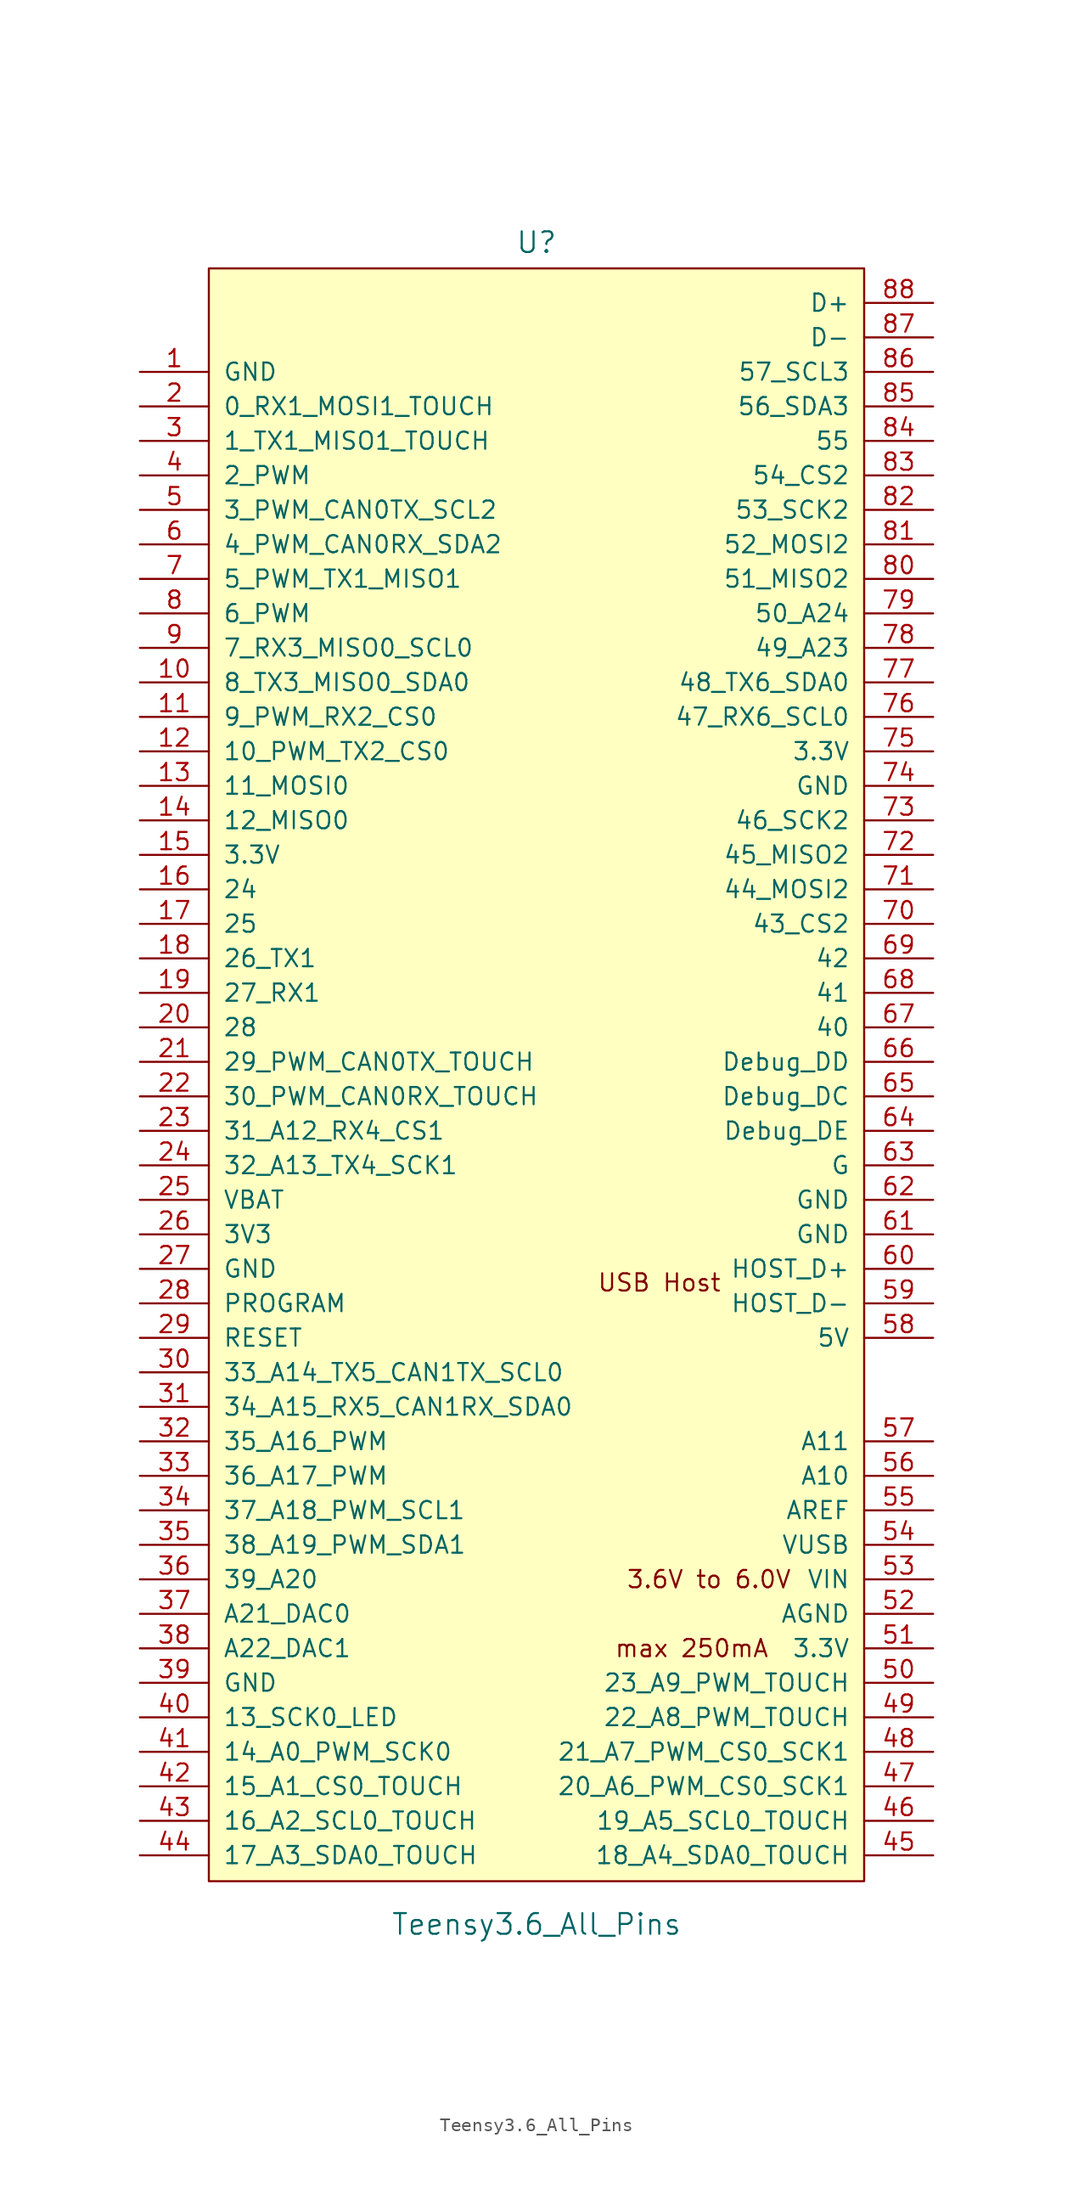
<source format=kicad_sym>
(kicad_symbol_lib
  (version 20220914)
  (generator kicad_symbol_editor)
  (symbol "Teensy3.6_All_Pins"
    (pin_names
      (offset 1.016))
    (property "Reference" "U"
      (at 0 64.135 0)
      (effects (font (size 1.524 1.524))))
    (property "Value" "Teensy3.6_All_Pins"
      (at 0 -59.69 0)
      (effects (font (size 1.524 1.524))))
    (property "Footprint" ""
      (at 0 1.27 0)
      (effects (font (size 1.524 1.524))))
    (property "Datasheet" ""
      (at 0 1.27 0)
      (effects (font (size 1.524 1.524))))
    (symbol "Teensy3.6_All_Pins_0_0"
      (text "3.6V to 6.0V" (at 12.7 -34.29 0) (effects (font (size 1.27 1.27))))
      (text "max 250mA" (at 11.43 -39.37 0) (effects (font (size 1.27 1.27)))))
    (symbol "Teensy3.6_All_Pins_1_0"
      (rectangle (start -24.13 62.23) (end 24.13 -56.515) (stroke (width 0) (type solid)) (fill (type background)))
      (text "USB Host" (at 9.042 -12.446 0) (effects (font (size 1.27 1.27)))))
    (symbol "Teensy3.6_All_Pins_1_1"
      (pin power_in line (at -29.21 54.61 0) (length 5.08) (name "GND" (effects (font (size 1.27 1.27)))) (number "1" (effects (font (size 1.27 1.27)))))
      (pin bidirectional line (at -29.21 31.75 0) (length 5.08) (name "8_TX3_MISO0_SDA0" (effects (font (size 1.27 1.27)))) (number "10" (effects (font (size 1.27 1.27)))))
      (pin bidirectional line (at -29.21 29.21 0) (length 5.08) (name "9_PWM_RX2_CS0" (effects (font (size 1.27 1.27)))) (number "11" (effects (font (size 1.27 1.27)))))
      (pin bidirectional line (at -29.21 26.67 0) (length 5.08) (name "10_PWM_TX2_CS0" (effects (font (size 1.27 1.27)))) (number "12" (effects (font (size 1.27 1.27)))))
      (pin bidirectional line (at -29.21 24.13 0) (length 5.08) (name "11_MOSI0" (effects (font (size 1.27 1.27)))) (number "13" (effects (font (size 1.27 1.27)))))
      (pin bidirectional line (at -29.21 21.59 0) (length 5.08) (name "12_MISO0" (effects (font (size 1.27 1.27)))) (number "14" (effects (font (size 1.27 1.27)))))
      (pin power_in line (at -29.21 19.05 0) (length 5.08) (name "3.3V" (effects (font (size 1.27 1.27)))) (number "15" (effects (font (size 1.27 1.27)))))
      (pin bidirectional line (at -29.21 16.51 0) (length 5.08) (name "24" (effects (font (size 1.27 1.27)))) (number "16" (effects (font (size 1.27 1.27)))))
      (pin bidirectional line (at -29.21 13.97 0) (length 5.08) (name "25" (effects (font (size 1.27 1.27)))) (number "17" (effects (font (size 1.27 1.27)))))
      (pin bidirectional line (at -29.21 11.43 0) (length 5.08) (name "26_TX1" (effects (font (size 1.27 1.27)))) (number "18" (effects (font (size 1.27 1.27)))))
      (pin bidirectional line (at -29.21 8.89 0) (length 5.08) (name "27_RX1" (effects (font (size 1.27 1.27)))) (number "19" (effects (font (size 1.27 1.27)))))
      (pin bidirectional line (at -29.21 52.07 0) (length 5.08) (name "0_RX1_MOSI1_TOUCH" (effects (font (size 1.27 1.27)))) (number "2" (effects (font (size 1.27 1.27)))))
      (pin bidirectional line (at -29.21 6.35 0) (length 5.08) (name "28" (effects (font (size 1.27 1.27)))) (number "20" (effects (font (size 1.27 1.27)))))
      (pin bidirectional line (at -29.21 3.81 0) (length 5.08) (name "29_PWM_CAN0TX_TOUCH" (effects (font (size 1.27 1.27)))) (number "21" (effects (font (size 1.27 1.27)))))
      (pin bidirectional line (at -29.21 1.27 0) (length 5.08) (name "30_PWM_CAN0RX_TOUCH" (effects (font (size 1.27 1.27)))) (number "22" (effects (font (size 1.27 1.27)))))
      (pin bidirectional line (at -29.21 -1.27 0) (length 5.08) (name "31_A12_RX4_CS1" (effects (font (size 1.27 1.27)))) (number "23" (effects (font (size 1.27 1.27)))))
      (pin bidirectional line (at -29.21 -3.81 0) (length 5.08) (name "32_A13_TX4_SCK1" (effects (font (size 1.27 1.27)))) (number "24" (effects (font (size 1.27 1.27)))))
      (pin power_in line (at -29.21 -6.35 0) (length 5.08) (name "VBAT" (effects (font (size 1.27 1.27)))) (number "25" (effects (font (size 1.27 1.27)))))
      (pin power_in line (at -29.21 -8.89 0) (length 5.08) (name "3V3" (effects (font (size 1.27 1.27)))) (number "26" (effects (font (size 1.27 1.27)))))
      (pin power_in line (at -29.21 -11.43 0) (length 5.08) (name "GND" (effects (font (size 1.27 1.27)))) (number "27" (effects (font (size 1.27 1.27)))))
      (pin input line (at -29.21 -13.97 0) (length 5.08) (name "PROGRAM" (effects (font (size 1.27 1.27)))) (number "28" (effects (font (size 1.27 1.27)))))
      (pin input line (at -29.21 -16.51 0) (length 5.08) (name "RESET" (effects (font (size 1.27 1.27)))) (number "29" (effects (font (size 1.27 1.27)))))
      (pin bidirectional line (at -29.21 49.53 0) (length 5.08) (name "1_TX1_MISO1_TOUCH" (effects (font (size 1.27 1.27)))) (number "3" (effects (font (size 1.27 1.27)))))
      (pin bidirectional line (at -29.21 -19.05 0) (length 5.08) (name "33_A14_TX5_CAN1TX_SCL0" (effects (font (size 1.27 1.27)))) (number "30" (effects (font (size 1.27 1.27)))))
      (pin bidirectional line (at -29.21 -21.59 0) (length 5.08) (name "34_A15_RX5_CAN1RX_SDA0" (effects (font (size 1.27 1.27)))) (number "31" (effects (font (size 1.27 1.27)))))
      (pin bidirectional line (at -29.21 -24.13 0) (length 5.08) (name "35_A16_PWM" (effects (font (size 1.27 1.27)))) (number "32" (effects (font (size 1.27 1.27)))))
      (pin bidirectional line (at -29.21 -26.67 0) (length 5.08) (name "36_A17_PWM" (effects (font (size 1.27 1.27)))) (number "33" (effects (font (size 1.27 1.27)))))
      (pin bidirectional line (at -29.21 -29.21 0) (length 5.08) (name "37_A18_PWM_SCL1" (effects (font (size 1.27 1.27)))) (number "34" (effects (font (size 1.27 1.27)))))
      (pin bidirectional line (at -29.21 -31.75 0) (length 5.08) (name "38_A19_PWM_SDA1" (effects (font (size 1.27 1.27)))) (number "35" (effects (font (size 1.27 1.27)))))
      (pin bidirectional line (at -29.21 -34.29 0) (length 5.08) (name "39_A20" (effects (font (size 1.27 1.27)))) (number "36" (effects (font (size 1.27 1.27)))))
      (pin bidirectional line (at -29.21 -36.83 0) (length 5.08) (name "A21_DAC0" (effects (font (size 1.27 1.27)))) (number "37" (effects (font (size 1.27 1.27)))))
      (pin bidirectional line (at -29.21 -39.37 0) (length 5.08) (name "A22_DAC1" (effects (font (size 1.27 1.27)))) (number "38" (effects (font (size 1.27 1.27)))))
      (pin power_in line (at -29.21 -41.91 0) (length 5.08) (name "GND" (effects (font (size 1.27 1.27)))) (number "39" (effects (font (size 1.27 1.27)))))
      (pin bidirectional line (at -29.21 46.99 0) (length 5.08) (name "2_PWM" (effects (font (size 1.27 1.27)))) (number "4" (effects (font (size 1.27 1.27)))))
      (pin bidirectional line (at -29.21 -44.45 0) (length 5.08) (name "13_SCK0_LED" (effects (font (size 1.27 1.27)))) (number "40" (effects (font (size 1.27 1.27)))))
      (pin bidirectional line (at -29.21 -46.99 0) (length 5.08) (name "14_A0_PWM_SCK0" (effects (font (size 1.27 1.27)))) (number "41" (effects (font (size 1.27 1.27)))))
      (pin bidirectional line (at -29.21 -49.53 0) (length 5.08) (name "15_A1_CS0_TOUCH" (effects (font (size 1.27 1.27)))) (number "42" (effects (font (size 1.27 1.27)))))
      (pin bidirectional line (at -29.21 -52.07 0) (length 5.08) (name "16_A2_SCL0_TOUCH" (effects (font (size 1.27 1.27)))) (number "43" (effects (font (size 1.27 1.27)))))
      (pin bidirectional line (at -29.21 -54.61 0) (length 5.08) (name "17_A3_SDA0_TOUCH" (effects (font (size 1.27 1.27)))) (number "44" (effects (font (size 1.27 1.27)))))
      (pin bidirectional line (at 29.21 -54.61 180) (length 5.08) (name "18_A4_SDA0_TOUCH" (effects (font (size 1.27 1.27)))) (number "45" (effects (font (size 1.27 1.27)))))
      (pin bidirectional line (at 29.21 -52.07 180) (length 5.08) (name "19_A5_SCL0_TOUCH" (effects (font (size 1.27 1.27)))) (number "46" (effects (font (size 1.27 1.27)))))
      (pin bidirectional line (at 29.21 -49.53 180) (length 5.08) (name "20_A6_PWM_CS0_SCK1" (effects (font (size 1.27 1.27)))) (number "47" (effects (font (size 1.27 1.27)))))
      (pin bidirectional line (at 29.21 -46.99 180) (length 5.08) (name "21_A7_PWM_CS0_SCK1" (effects (font (size 1.27 1.27)))) (number "48" (effects (font (size 1.27 1.27)))))
      (pin bidirectional line (at 29.21 -44.45 180) (length 5.08) (name "22_A8_PWM_TOUCH" (effects (font (size 1.27 1.27)))) (number "49" (effects (font (size 1.27 1.27)))))
      (pin bidirectional line (at -29.21 44.45 0) (length 5.08) (name "3_PWM_CAN0TX_SCL2" (effects (font (size 1.27 1.27)))) (number "5" (effects (font (size 1.27 1.27)))))
      (pin bidirectional line (at 29.21 -41.91 180) (length 5.08) (name "23_A9_PWM_TOUCH" (effects (font (size 1.27 1.27)))) (number "50" (effects (font (size 1.27 1.27)))))
      (pin power_out line (at 29.21 -39.37 180) (length 5.08) (name "3.3V" (effects (font (size 1.27 1.27)))) (number "51" (effects (font (size 1.27 1.27)))))
      (pin power_out line (at 29.21 -36.83 180) (length 5.08) (name "AGND" (effects (font (size 1.27 1.27)))) (number "52" (effects (font (size 1.27 1.27)))))
      (pin power_in line (at 29.21 -34.29 180) (length 5.08) (name "VIN" (effects (font (size 1.27 1.27)))) (number "53" (effects (font (size 1.27 1.27)))))
      (pin power_in line (at 29.21 -31.75 180) (length 5.08) (name "VUSB" (effects (font (size 1.27 1.27)))) (number "54" (effects (font (size 1.27 1.27)))))
      (pin input line (at 29.21 -29.21 180) (length 5.08) (name "AREF" (effects (font (size 1.27 1.27)))) (number "55" (effects (font (size 1.27 1.27)))))
      (pin bidirectional line (at 29.21 -26.67 180) (length 5.08) (name "A10" (effects (font (size 1.27 1.27)))) (number "56" (effects (font (size 1.27 1.27)))))
      (pin bidirectional line (at 29.21 -24.13 180) (length 5.08) (name "A11" (effects (font (size 1.27 1.27)))) (number "57" (effects (font (size 1.27 1.27)))))
      (pin power_in line (at 29.21 -16.51 180) (length 5.08) (name "5V" (effects (font (size 1.27 1.27)))) (number "58" (effects (font (size 1.27 1.27)))))
      (pin bidirectional line (at 29.21 -13.97 180) (length 5.08) (name "HOST_D-" (effects (font (size 1.27 1.27)))) (number "59" (effects (font (size 1.27 1.27)))))
      (pin bidirectional line (at -29.21 41.91 0) (length 5.08) (name "4_PWM_CAN0RX_SDA2" (effects (font (size 1.27 1.27)))) (number "6" (effects (font (size 1.27 1.27)))))
      (pin bidirectional line (at 29.21 -11.43 180) (length 5.08) (name "HOST_D+" (effects (font (size 1.27 1.27)))) (number "60" (effects (font (size 1.27 1.27)))))
      (pin power_in line (at 29.21 -8.89 180) (length 5.08) (name "GND" (effects (font (size 1.27 1.27)))) (number "61" (effects (font (size 1.27 1.27)))))
      (pin power_in line (at 29.21 -6.35 180) (length 5.08) (name "GND" (effects (font (size 1.27 1.27)))) (number "62" (effects (font (size 1.27 1.27)))))
      (pin power_in line (at 29.21 -3.81 180) (length 5.08) (name "G" (effects (font (size 1.27 1.27)))) (number "63" (effects (font (size 1.27 1.27)))))
      (pin input line (at 29.21 -1.27 180) (length 5.08) (name "Debug_DE" (effects (font (size 1.27 1.27)))) (number "64" (effects (font (size 1.27 1.27)))))
      (pin input line (at 29.21 1.27 180) (length 5.08) (name "Debug_DC" (effects (font (size 1.27 1.27)))) (number "65" (effects (font (size 1.27 1.27)))))
      (pin input line (at 29.21 3.81 180) (length 5.08) (name "Debug_DD" (effects (font (size 1.27 1.27)))) (number "66" (effects (font (size 1.27 1.27)))))
      (pin bidirectional line (at 29.21 6.35 180) (length 5.08) (name "40" (effects (font (size 1.27 1.27)))) (number "67" (effects (font (size 1.27 1.27)))))
      (pin bidirectional line (at 29.21 8.89 180) (length 5.08) (name "41" (effects (font (size 1.27 1.27)))) (number "68" (effects (font (size 1.27 1.27)))))
      (pin bidirectional line (at 29.21 11.43 180) (length 5.08) (name "42" (effects (font (size 1.27 1.27)))) (number "69" (effects (font (size 1.27 1.27)))))
      (pin bidirectional line (at -29.21 39.37 0) (length 5.08) (name "5_PWM_TX1_MISO1" (effects (font (size 1.27 1.27)))) (number "7" (effects (font (size 1.27 1.27)))))
      (pin bidirectional line (at 29.21 13.97 180) (length 5.08) (name "43_CS2" (effects (font (size 1.27 1.27)))) (number "70" (effects (font (size 1.27 1.27)))))
      (pin bidirectional line (at 29.21 16.51 180) (length 5.08) (name "44_MOSI2" (effects (font (size 1.27 1.27)))) (number "71" (effects (font (size 1.27 1.27)))))
      (pin bidirectional line (at 29.21 19.05 180) (length 5.08) (name "45_MISO2" (effects (font (size 1.27 1.27)))) (number "72" (effects (font (size 1.27 1.27)))))
      (pin bidirectional line (at 29.21 21.59 180) (length 5.08) (name "46_SCK2" (effects (font (size 1.27 1.27)))) (number "73" (effects (font (size 1.27 1.27)))))
      (pin power_in line (at 29.21 24.13 180) (length 5.08) (name "GND" (effects (font (size 1.27 1.27)))) (number "74" (effects (font (size 1.27 1.27)))))
      (pin power_in line (at 29.21 26.67 180) (length 5.08) (name "3.3V" (effects (font (size 1.27 1.27)))) (number "75" (effects (font (size 1.27 1.27)))))
      (pin bidirectional line (at 29.21 29.21 180) (length 5.08) (name "47_RX6_SCL0" (effects (font (size 1.27 1.27)))) (number "76" (effects (font (size 1.27 1.27)))))
      (pin bidirectional line (at 29.21 31.75 180) (length 5.08) (name "48_TX6_SDA0" (effects (font (size 1.27 1.27)))) (number "77" (effects (font (size 1.27 1.27)))))
      (pin bidirectional line (at 29.21 34.29 180) (length 5.08) (name "49_A23" (effects (font (size 1.27 1.27)))) (number "78" (effects (font (size 1.27 1.27)))))
      (pin bidirectional line (at 29.21 36.83 180) (length 5.08) (name "50_A24" (effects (font (size 1.27 1.27)))) (number "79" (effects (font (size 1.27 1.27)))))
      (pin bidirectional line (at -29.21 36.83 0) (length 5.08) (name "6_PWM" (effects (font (size 1.27 1.27)))) (number "8" (effects (font (size 1.27 1.27)))))
      (pin bidirectional line (at 29.21 39.37 180) (length 5.08) (name "51_MISO2" (effects (font (size 1.27 1.27)))) (number "80" (effects (font (size 1.27 1.27)))))
      (pin bidirectional line (at 29.21 41.91 180) (length 5.08) (name "52_MOSI2" (effects (font (size 1.27 1.27)))) (number "81" (effects (font (size 1.27 1.27)))))
      (pin bidirectional line (at 29.21 44.45 180) (length 5.08) (name "53_SCK2" (effects (font (size 1.27 1.27)))) (number "82" (effects (font (size 1.27 1.27)))))
      (pin bidirectional line (at 29.21 46.99 180) (length 5.08) (name "54_CS2" (effects (font (size 1.27 1.27)))) (number "83" (effects (font (size 1.27 1.27)))))
      (pin bidirectional line (at 29.21 49.53 180) (length 5.08) (name "55" (effects (font (size 1.27 1.27)))) (number "84" (effects (font (size 1.27 1.27)))))
      (pin bidirectional line (at 29.21 52.07 180) (length 5.08) (name "56_SDA3" (effects (font (size 1.27 1.27)))) (number "85" (effects (font (size 1.27 1.27)))))
      (pin bidirectional line (at 29.21 54.61 180) (length 5.08) (name "57_SCL3" (effects (font (size 1.27 1.27)))) (number "86" (effects (font (size 1.27 1.27)))))
      (pin input line (at 29.21 57.15 180) (length 5.08) (name "D-" (effects (font (size 1.27 1.27)))) (number "87" (effects (font (size 1.27 1.27)))))
      (pin input line (at 29.21 59.69 180) (length 5.08) (name "D+" (effects (font (size 1.27 1.27)))) (number "88" (effects (font (size 1.27 1.27)))))
      (pin bidirectional line (at -29.21 34.29 0) (length 5.08) (name "7_RX3_MISO0_SCL0" (effects (font (size 1.27 1.27)))) (number "9" (effects (font (size 1.27 1.27))))))))
</source>
